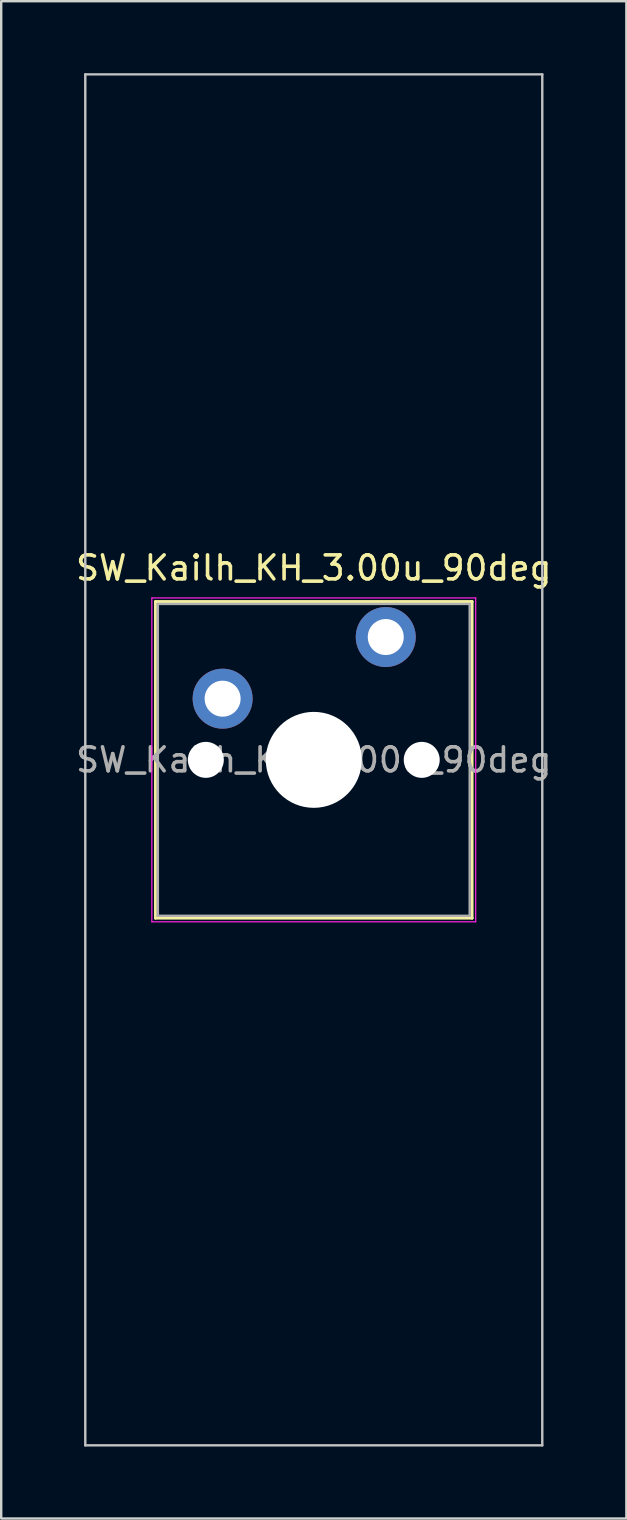
<source format=kicad_pcb>
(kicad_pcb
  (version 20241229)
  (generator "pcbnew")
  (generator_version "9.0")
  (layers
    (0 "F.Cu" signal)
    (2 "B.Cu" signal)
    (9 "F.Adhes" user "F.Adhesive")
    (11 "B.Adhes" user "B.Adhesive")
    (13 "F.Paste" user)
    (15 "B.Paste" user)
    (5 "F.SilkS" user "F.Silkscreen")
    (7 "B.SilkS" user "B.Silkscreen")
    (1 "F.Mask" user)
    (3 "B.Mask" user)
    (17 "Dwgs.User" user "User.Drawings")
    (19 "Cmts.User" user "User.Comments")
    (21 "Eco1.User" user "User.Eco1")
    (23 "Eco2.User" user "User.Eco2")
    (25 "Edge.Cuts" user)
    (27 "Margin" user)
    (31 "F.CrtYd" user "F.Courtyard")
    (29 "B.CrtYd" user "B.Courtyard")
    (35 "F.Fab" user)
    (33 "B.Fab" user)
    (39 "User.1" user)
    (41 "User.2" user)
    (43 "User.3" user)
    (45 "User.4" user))
  (footprint "SW_Kailh_KH_3.00u_90deg"
    (layer "F.Cu")
    (at 10.03 28.625)
    (property "Reference" "SW_Kailh_KH_3.00u_90deg" (at 0 -8 0) (layer "F.SilkS") (effects (font (size 1 1) (thickness 0.15))))
    (attr through_hole)
    (fp_line (start -6.6 -6.6) (end -6.6 6.6) (stroke (width 0.12) (type solid)) (layer "F.SilkS"))
    (fp_line (start -6.6 6.6) (end 6.6 6.6) (stroke (width 0.12) (type solid)) (layer "F.SilkS"))
    (fp_line (start 6.6 -6.6) (end -6.6 -6.6) (stroke (width 0.12) (type solid)) (layer "F.SilkS"))
    (fp_line (start 6.6 6.6) (end 6.6 -6.6) (stroke (width 0.12) (type solid)) (layer "F.SilkS"))
    (fp_line (start -9.525 -28.575) (end 9.525 -28.575) (stroke (width 0.1) (type solid)) (layer "Dwgs.User"))
    (fp_line (start -9.525 28.575) (end -9.525 -28.575) (stroke (width 0.1) (type solid)) (layer "Dwgs.User"))
    (fp_line (start 9.525 -28.575) (end 9.525 28.575) (stroke (width 0.1) (type solid)) (layer "Dwgs.User"))
    (fp_line (start 9.525 28.575) (end -9.525 28.575) (stroke (width 0.1) (type solid)) (layer "Dwgs.User"))
    (fp_line (start -6.1 -6.1) (end -6.1 6.1) (stroke (width 0.1) (type solid)) (layer "Eco1.User"))
    (fp_line (start -6.1 6.1) (end 6.1 6.1) (stroke (width 0.1) (type solid)) (layer "Eco1.User"))
    (fp_line (start 6.1 -6.1) (end -6.1 -6.1) (stroke (width 0.1) (type solid)) (layer "Eco1.User"))
    (fp_line (start 6.1 6.1) (end 6.1 -6.1) (stroke (width 0.1) (type solid)) (layer "Eco1.User"))
    (fp_line (start -6.75 -6.75) (end -6.75 6.75) (stroke (width 0.05) (type solid)) (layer "F.CrtYd"))
    (fp_line (start -6.75 6.75) (end 6.75 6.75) (stroke (width 0.05) (type solid)) (layer "F.CrtYd"))
    (fp_line (start 6.75 -6.75) (end -6.75 -6.75) (stroke (width 0.05) (type solid)) (layer "F.CrtYd"))
    (fp_line (start 6.75 6.75) (end 6.75 -6.75) (stroke (width 0.05) (type solid)) (layer "F.CrtYd"))
    (fp_line (start -6.5 -6.5) (end -6.5 6.5) (stroke (width 0.1) (type solid)) (layer "F.Fab"))
    (fp_line (start -6.5 6.5) (end 6.5 6.5) (stroke (width 0.1) (type solid)) (layer "F.Fab"))
    (fp_line (start 6.5 -6.5) (end -6.5 -6.5) (stroke (width 0.1) (type solid)) (layer "F.Fab"))
    (fp_line (start 6.5 6.5) (end 6.5 -6.5) (stroke (width 0.1) (type solid)) (layer "F.Fab"))
    (fp_text user "${REFERENCE}" (at 0 0 0) (layer "F.Fab") (effects (font (size 1 1) (thickness 0.15))))
    (pad "" np_thru_hole circle (at -4.5 0) (size 1.5 1.5) (drill 1.5) (layers "*.Cu" "*.Mask"))
    (pad "" smd circle (at -3.8 -2.55) (size 1.55 1.55) (layers "F.Mask"))
    (pad "" np_thru_hole circle (at 0 0) (size 4 4) (drill 4) (layers "*.Cu" "*.Mask"))
    (pad "" smd circle (at 3 -5.12) (size 1.55 1.55) (layers "F.Mask"))
    (pad "" np_thru_hole circle (at 4.5 0) (size 1.5 1.5) (drill 1.5) (layers "*.Cu" "*.Mask"))
    (pad "1" thru_hole circle (at -3.8 -2.55) (size 2.5 2.5) (drill 1.5) (layers "*.Cu" "B.Mask"))
    (pad "2" thru_hole circle (at 3 -5.12) (size 2.5 2.5) (drill 1.5) (layers "*.Cu" "B.Mask")))
  (gr_rect
    (start -3 -3)
    (end 23.06 60.25)
    (stroke (width 0.1) (type default))
    (fill no)
    (layer "Edge.Cuts")))
</source>
